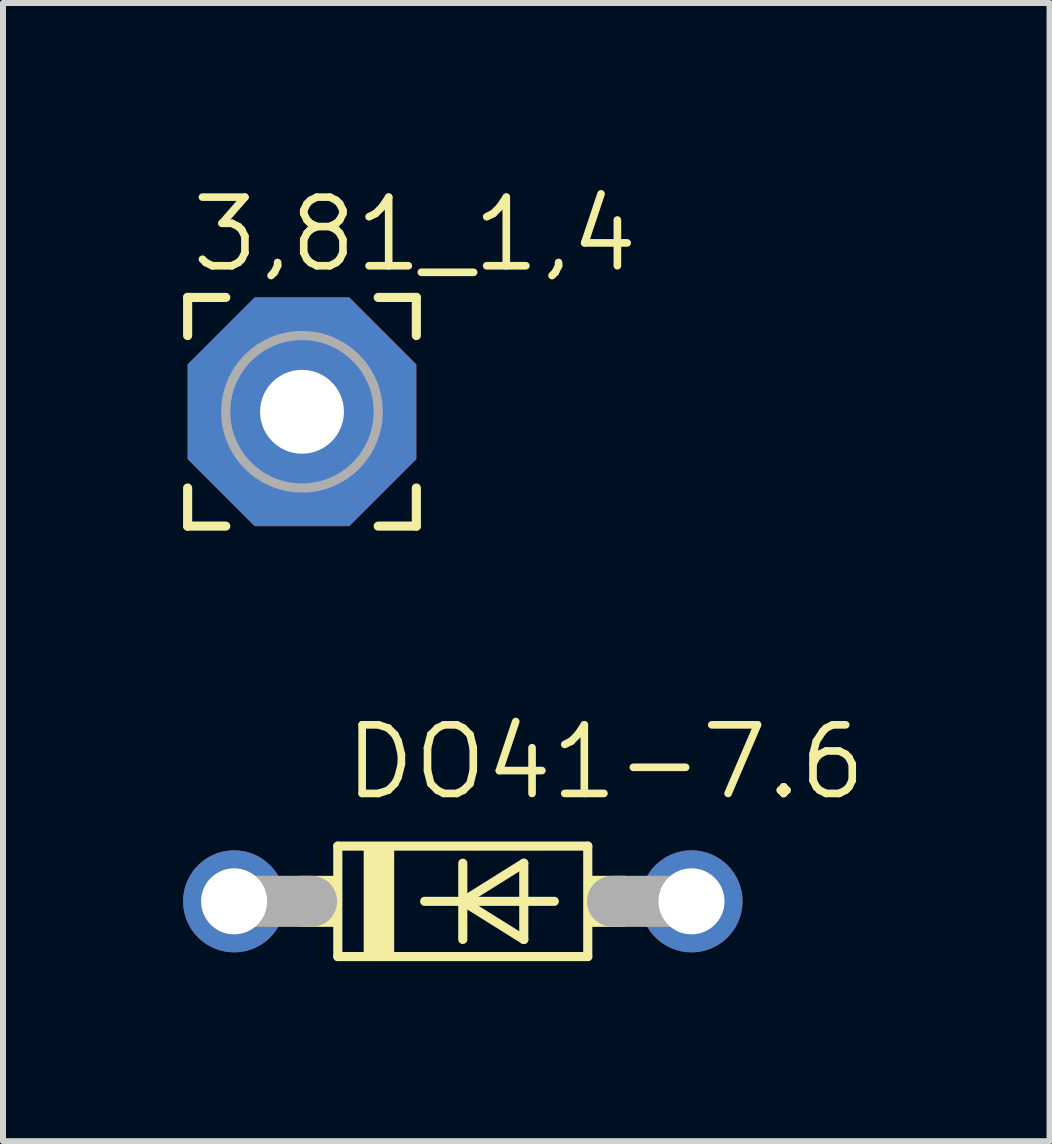
<source format=kicad_pcb>
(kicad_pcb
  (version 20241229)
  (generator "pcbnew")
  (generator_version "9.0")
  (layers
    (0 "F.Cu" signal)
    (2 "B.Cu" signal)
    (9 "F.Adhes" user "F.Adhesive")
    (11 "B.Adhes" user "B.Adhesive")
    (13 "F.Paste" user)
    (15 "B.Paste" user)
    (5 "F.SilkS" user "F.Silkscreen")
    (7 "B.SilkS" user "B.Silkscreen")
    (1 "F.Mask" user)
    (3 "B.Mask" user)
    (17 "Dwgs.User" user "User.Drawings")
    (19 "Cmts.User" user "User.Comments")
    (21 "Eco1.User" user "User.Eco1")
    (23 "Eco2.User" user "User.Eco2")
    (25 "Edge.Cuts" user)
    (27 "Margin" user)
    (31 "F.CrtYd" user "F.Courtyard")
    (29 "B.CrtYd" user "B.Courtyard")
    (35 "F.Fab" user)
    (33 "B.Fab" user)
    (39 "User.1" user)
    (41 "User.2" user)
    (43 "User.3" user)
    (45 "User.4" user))
  (footprint "DO41-7.6"
    (layer "F.Cu")
    (at 4.66 11.966)
    (property "Reference" "DO41-7.6" (at -2.032 -1.651 0) (layer "F.SilkS") (effects (font (size 1.143 1.143) (thickness 0.127)) (justify left bottom)))
    (fp_line (start -2.082 -0.92) (end -2.082 0.92) (stroke (width 0.152) (type solid)) (layer "F.SilkS"))
    (fp_line (start -2.082 -0.92) (end 2.082 -0.92) (stroke (width 0.152) (type solid)) (layer "F.SilkS"))
    (fp_line (start -0.635 0) (end 0 0) (stroke (width 0.152) (type solid)) (layer "F.SilkS"))
    (fp_line (start 0 -0.635) (end 0 0) (stroke (width 0.152) (type solid)) (layer "F.SilkS"))
    (fp_line (start 0 0) (end 0 0.635) (stroke (width 0.152) (type solid)) (layer "F.SilkS"))
    (fp_line (start 0 0) (end 1.016 -0.635) (stroke (width 0.152) (type solid)) (layer "F.SilkS"))
    (fp_line (start 0 0) (end 1.524 0) (stroke (width 0.152) (type solid)) (layer "F.SilkS"))
    (fp_line (start 1.016 -0.635) (end 1.016 0.635) (stroke (width 0.152) (type solid)) (layer "F.SilkS"))
    (fp_line (start 1.016 0.635) (end 0 0) (stroke (width 0.152) (type solid)) (layer "F.SilkS"))
    (fp_line (start 2.082 0.92) (end -2.082 0.92) (stroke (width 0.152) (type solid)) (layer "F.SilkS"))
    (fp_line (start 2.082 0.92) (end 2.082 -0.92) (stroke (width 0.152) (type solid)) (layer "F.SilkS"))
    (fp_poly (pts (xy -2.717 0.425) (xy -2.082 0.425) (xy -2.082 -0.425) (xy -2.717 -0.425)) (stroke (width 0) (type default)) (fill yes) (layer "F.SilkS"))
    (fp_poly (pts (xy -1.651 0.95) (xy -1.143 0.95) (xy -1.143 -0.92) (xy -1.651 -0.92)) (stroke (width 0) (type default)) (fill yes) (layer "F.SilkS"))
    (fp_poly (pts (xy 2.082 0.425) (xy 2.717 0.425) (xy 2.717 -0.425) (xy 2.082 -0.425)) (stroke (width 0) (type default)) (fill yes) (layer "F.SilkS"))
    (fp_line (start -3.81 0) (end -2.519 0) (stroke (width 0.85) (type solid)) (layer "F.Fab"))
    (fp_line (start 3.81 0) (end 2.494 0) (stroke (width 0.85) (type solid)) (layer "F.Fab"))
    (pad "A" thru_hole circle (at 3.81 0) (size 1.7 1.7) (drill 1.1) (layers "*.Cu" "*.Mask"))
    (pad "C" thru_hole circle (at -3.81 0) (size 1.7 1.7) (drill 1.1) (layers "*.Cu" "*.Mask")))
  (footprint "3,81_1,4"
    (layer "F.Cu")
    (at 1.981 3.81)
    (property "Reference" "3,81_1,4" (at -1.905 -2.286 0) (layer "F.SilkS") (effects (font (size 1.143 1.143) (thickness 0.127)) (justify left bottom)))
    (fp_line (start -1.905 -1.905) (end -1.27 -1.905) (stroke (width 0.152) (type solid)) (layer "F.SilkS"))
    (fp_line (start -1.905 -1.27) (end -1.905 -1.905) (stroke (width 0.152) (type solid)) (layer "F.SilkS"))
    (fp_line (start -1.905 1.905) (end -1.905 1.27) (stroke (width 0.152) (type solid)) (layer "F.SilkS"))
    (fp_line (start -1.27 1.905) (end -1.905 1.905) (stroke (width 0.152) (type solid)) (layer "F.SilkS"))
    (fp_line (start 1.27 -1.905) (end 1.905 -1.905) (stroke (width 0.152) (type solid)) (layer "F.SilkS"))
    (fp_line (start 1.905 -1.905) (end 1.905 -1.27) (stroke (width 0.152) (type solid)) (layer "F.SilkS"))
    (fp_line (start 1.905 1.27) (end 1.905 1.905) (stroke (width 0.152) (type solid)) (layer "F.SilkS"))
    (fp_line (start 1.905 1.905) (end 1.27 1.905) (stroke (width 0.152) (type solid)) (layer "F.SilkS"))
    (fp_circle (center 0 0) (end 1.27 0) (stroke (width 0.152) (type solid)) (fill no) (layer "F.Fab"))
    (pad "1" thru_hole roundrect (at 0 0) (size 3.81 3.81) (drill 1.397) (layers "*.Cu" "*.Mask") (roundrect_rratio 0.25) (chamfer_ratio 0.293) (chamfer top_left top_right bottom_left bottom_right)))
  (gr_rect
    (start -3 -3)
    (end 14.435 15.962)
    (stroke (width 0.1) (type default))
    (fill no)
    (layer "Edge.Cuts")))
</source>
